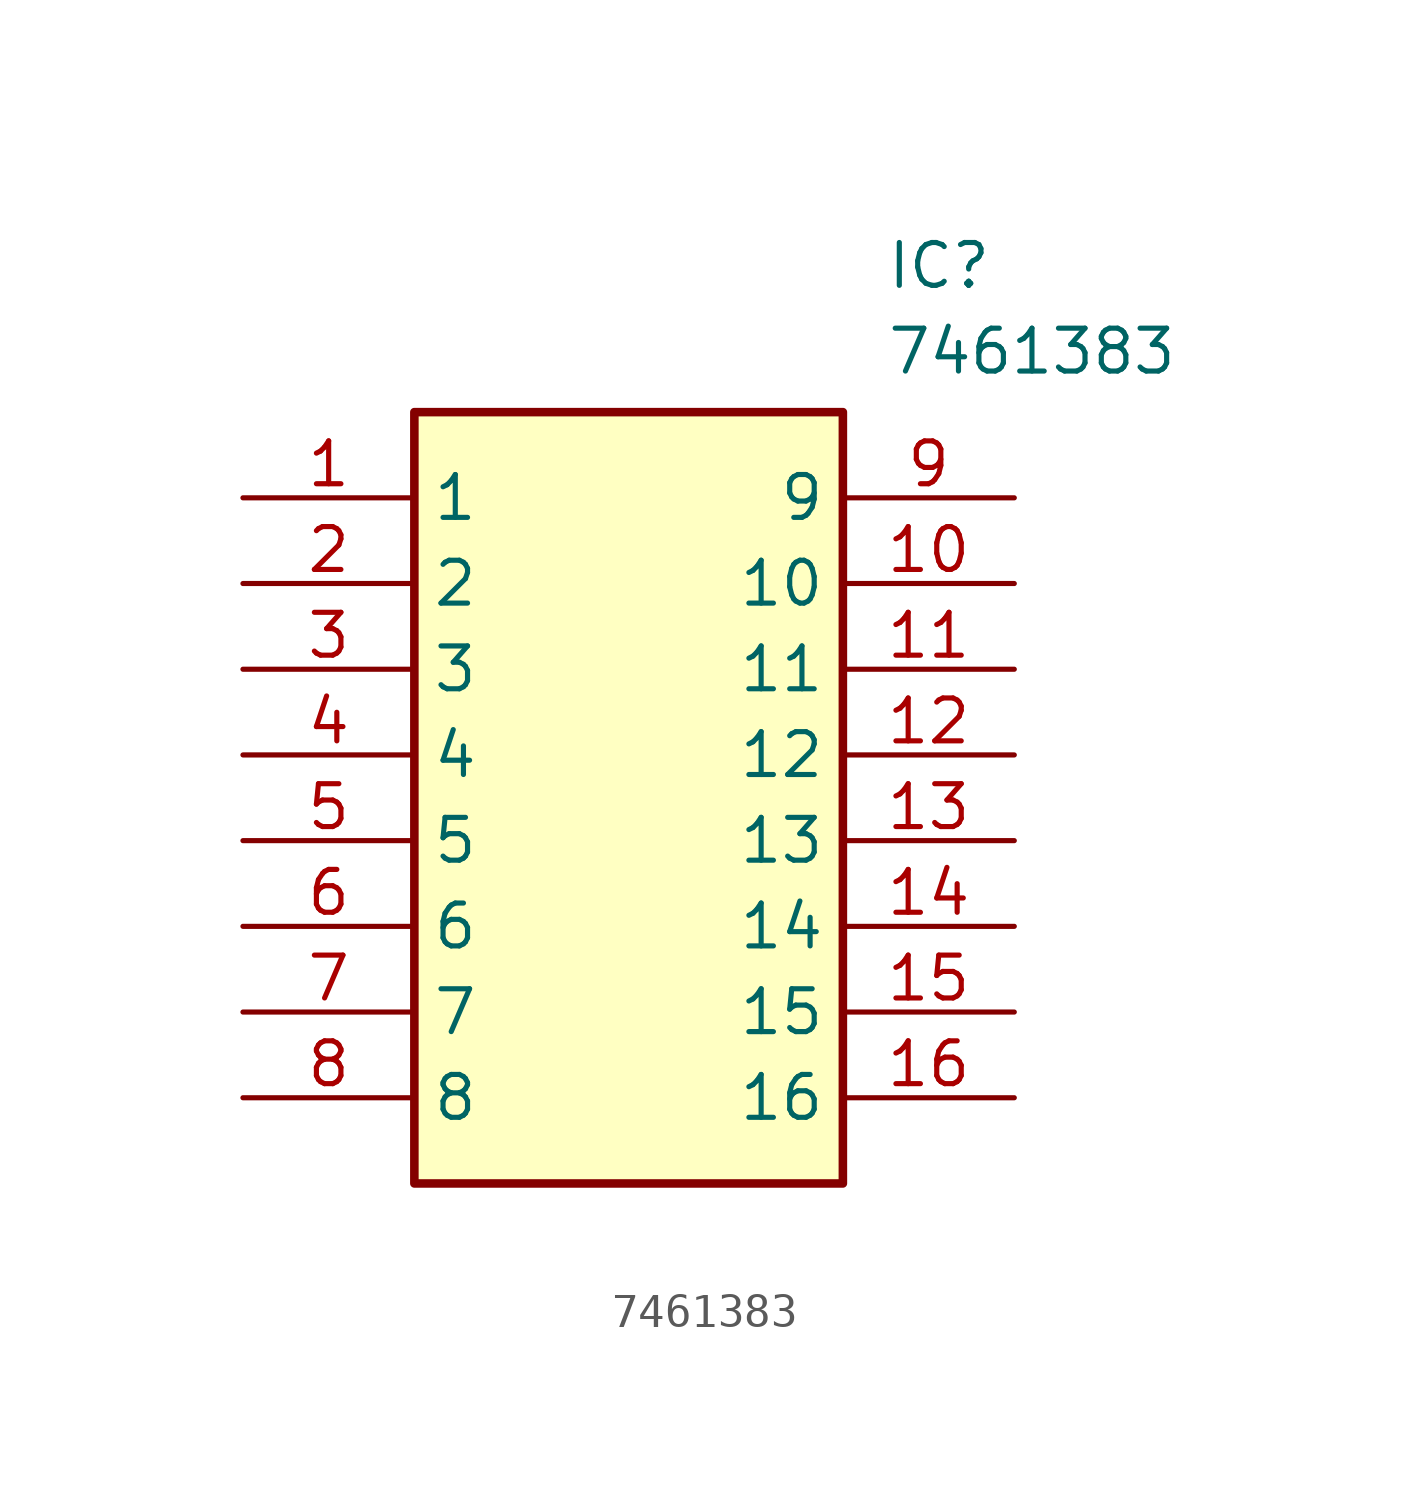
<source format=kicad_sym>
(kicad_symbol_lib
  (version 20211014)
  (generator SamacSys_ECAD_Model)
  (symbol "7461383"
    (property "Reference" "IC"
      (at 19.05 7.62 0)
      (effects (font (size 1.27 1.27)) (justify left top)))
    (property "Value" "7461383"
      (at 19.05 5.08 0)
      (effects (font (size 1.27 1.27)) (justify left top)))
    (rectangle
      (start 5.08 2.54)
      (end 17.78 -20.32)
      (stroke (width 0.254) (type default))
      (fill (type background)))
    (pin passive line
      (at 0 0 0)
      (length 5.08)
      (name "1" (effects (font (size 1.27 1.27))))
      (number "1" (effects (font (size 1.27 1.27)))))
    (pin passive line
      (at 0 -2.54 0)
      (length 5.08)
      (name "2" (effects (font (size 1.27 1.27))))
      (number "2" (effects (font (size 1.27 1.27)))))
    (pin passive line
      (at 0 -5.08 0)
      (length 5.08)
      (name "3" (effects (font (size 1.27 1.27))))
      (number "3" (effects (font (size 1.27 1.27)))))
    (pin passive line
      (at 0 -7.62 0)
      (length 5.08)
      (name "4" (effects (font (size 1.27 1.27))))
      (number "4" (effects (font (size 1.27 1.27)))))
    (pin passive line
      (at 0 -10.16 0)
      (length 5.08)
      (name "5" (effects (font (size 1.27 1.27))))
      (number "5" (effects (font (size 1.27 1.27)))))
    (pin passive line
      (at 0 -12.7 0)
      (length 5.08)
      (name "6" (effects (font (size 1.27 1.27))))
      (number "6" (effects (font (size 1.27 1.27)))))
    (pin passive line
      (at 0 -15.24 0)
      (length 5.08)
      (name "7" (effects (font (size 1.27 1.27))))
      (number "7" (effects (font (size 1.27 1.27)))))
    (pin passive line
      (at 0 -17.78 0)
      (length 5.08)
      (name "8" (effects (font (size 1.27 1.27))))
      (number "8" (effects (font (size 1.27 1.27)))))
    (pin passive line
      (at 22.86 0 180)
      (length 5.08)
      (name "9" (effects (font (size 1.27 1.27))))
      (number "9" (effects (font (size 1.27 1.27)))))
    (pin passive line
      (at 22.86 -2.54 180)
      (length 5.08)
      (name "10" (effects (font (size 1.27 1.27))))
      (number "10" (effects (font (size 1.27 1.27)))))
    (pin passive line
      (at 22.86 -5.08 180)
      (length 5.08)
      (name "11" (effects (font (size 1.27 1.27))))
      (number "11" (effects (font (size 1.27 1.27)))))
    (pin passive line
      (at 22.86 -7.62 180)
      (length 5.08)
      (name "12" (effects (font (size 1.27 1.27))))
      (number "12" (effects (font (size 1.27 1.27)))))
    (pin passive line
      (at 22.86 -10.16 180)
      (length 5.08)
      (name "13" (effects (font (size 1.27 1.27))))
      (number "13" (effects (font (size 1.27 1.27)))))
    (pin passive line
      (at 22.86 -12.7 180)
      (length 5.08)
      (name "14" (effects (font (size 1.27 1.27))))
      (number "14" (effects (font (size 1.27 1.27)))))
    (pin passive line
      (at 22.86 -15.24 180)
      (length 5.08)
      (name "15" (effects (font (size 1.27 1.27))))
      (number "15" (effects (font (size 1.27 1.27)))))
    (pin passive line
      (at 22.86 -17.78 180)
      (length 5.08)
      (name "16" (effects (font (size 1.27 1.27))))
      (number "16" (effects (font (size 1.27 1.27)))))))
</source>
